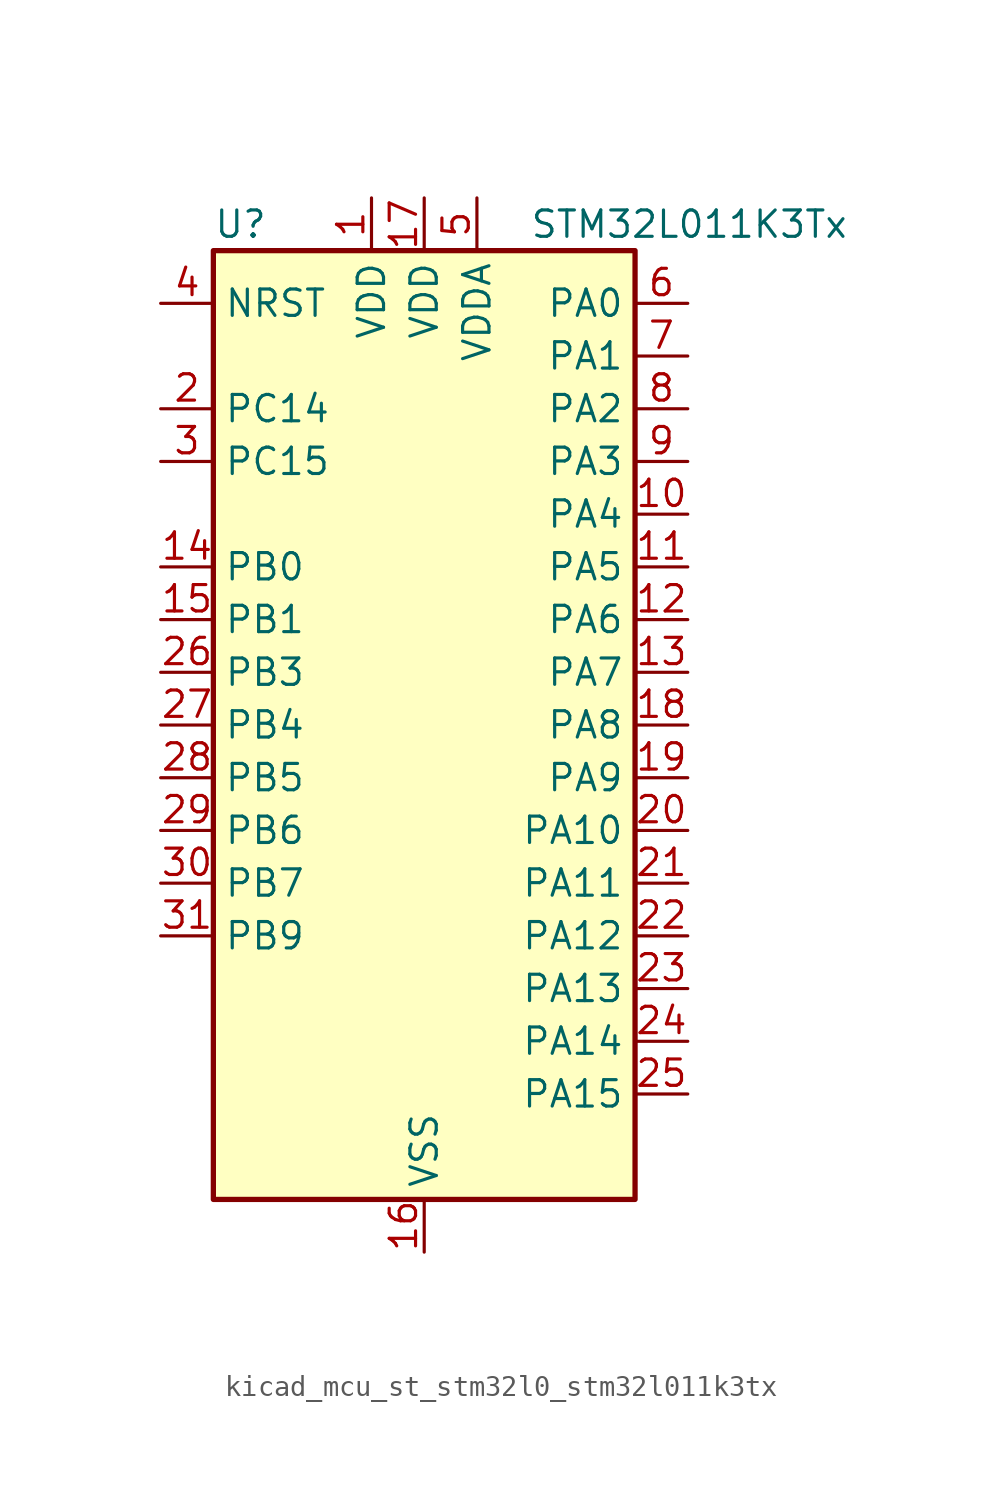
<source format=kicad_sym>
(kicad_symbol_lib
  (version 20220914)
  (generator kicad_symbol_editor)
  (symbol "kicad_mcu_st_stm32l0_stm32l011k3tx"
    (property "Reference" "U"
      (at -10.16 24.13 0)
      (effects (font (size 1.27 1.27)) (justify left)))
    (property "Value" "STM32L011K3Tx"
      (at 5.08 24.13 0)
      (effects (font (size 1.27 1.27)) (justify left)))
    (property "ki_locked" ""
      (at 0 0 0)
      (effects (font (size 1.27 1.27))))
    (symbol "kicad_mcu_st_stm32l0_stm32l011k3tx_0_1"
      (rectangle (start -10.16 -22.86) (end 10.16 22.86) (stroke (width 0.254) (type default)) (fill (type background))))
    (symbol "kicad_mcu_st_stm32l0_stm32l011k3tx_1_1"
      (pin power_in line (at -2.54 25.4 270) (length 2.54) (name "VDD" (effects (font (size 1.27 1.27)))) (number "1" (effects (font (size 1.27 1.27)))))
      (pin bidirectional line (at 12.7 10.16 180) (length 2.54) (name "PA4" (effects (font (size 1.27 1.27)))) (number "10" (effects (font (size 1.27 1.27)))) (alternate "ADC_IN4" bidirectional line) (alternate "COMP1_INM" bidirectional line) (alternate "COMP2_INM" bidirectional line) (alternate "COMP2_OUT" bidirectional line) (alternate "I2C1_SCL" bidirectional line) (alternate "LPTIM1_ETR" bidirectional line) (alternate "LPTIM1_IN1" bidirectional line) (alternate "LPUART1_TX" bidirectional line) (alternate "SPI1_NSS" bidirectional line) (alternate "TIM2_ETR" bidirectional line) (alternate "USART2_CK" bidirectional line))
      (pin bidirectional line (at 12.7 7.62 180) (length 2.54) (name "PA5" (effects (font (size 1.27 1.27)))) (number "11" (effects (font (size 1.27 1.27)))) (alternate "ADC_IN5" bidirectional line) (alternate "COMP1_INM" bidirectional line) (alternate "COMP2_INM" bidirectional line) (alternate "LPTIM1_IN2" bidirectional line) (alternate "SPI1_SCK" bidirectional line) (alternate "TIM2_CH1" bidirectional line) (alternate "TIM2_ETR" bidirectional line))
      (pin bidirectional line (at 12.7 5.08 180) (length 2.54) (name "PA6" (effects (font (size 1.27 1.27)))) (number "12" (effects (font (size 1.27 1.27)))) (alternate "ADC_IN6" bidirectional line) (alternate "COMP1_OUT" bidirectional line) (alternate "LPTIM1_ETR" bidirectional line) (alternate "LPUART1_CTS" bidirectional line) (alternate "SPI1_MISO" bidirectional line))
      (pin bidirectional line (at 12.7 2.54 180) (length 2.54) (name "PA7" (effects (font (size 1.27 1.27)))) (number "13" (effects (font (size 1.27 1.27)))) (alternate "ADC_IN7" bidirectional line) (alternate "COMP2_INP" bidirectional line) (alternate "COMP2_OUT" bidirectional line) (alternate "LPTIM1_OUT" bidirectional line) (alternate "SPI1_MOSI" bidirectional line) (alternate "TIM21_ETR" bidirectional line) (alternate "USART2_CTS" bidirectional line))
      (pin bidirectional line (at -12.7 7.62 0) (length 2.54) (name "PB0" (effects (font (size 1.27 1.27)))) (number "14" (effects (font (size 1.27 1.27)))) (alternate "ADC_IN8" bidirectional line) (alternate "SPI1_MISO" bidirectional line) (alternate "SYS_VREF_OUT_PB0" bidirectional line) (alternate "TIM2_CH2" bidirectional line) (alternate "TIM2_CH3" bidirectional line) (alternate "USART2_DE" bidirectional line) (alternate "USART2_RTS" bidirectional line))
      (pin bidirectional line (at -12.7 5.08 0) (length 2.54) (name "PB1" (effects (font (size 1.27 1.27)))) (number "15" (effects (font (size 1.27 1.27)))) (alternate "ADC_IN9" bidirectional line) (alternate "LPTIM1_IN1" bidirectional line) (alternate "LPUART1_DE" bidirectional line) (alternate "LPUART1_RTS" bidirectional line) (alternate "SPI1_MOSI" bidirectional line) (alternate "SYS_VREF_OUT_PB1" bidirectional line) (alternate "TIM2_CH4" bidirectional line) (alternate "USART2_CK" bidirectional line))
      (pin power_in line (at 0 -25.4 90) (length 2.54) (name "VSS" (effects (font (size 1.27 1.27)))) (number "16" (effects (font (size 1.27 1.27)))))
      (pin power_in line (at 0 25.4 270) (length 2.54) (name "VDD" (effects (font (size 1.27 1.27)))) (number "17" (effects (font (size 1.27 1.27)))))
      (pin bidirectional line (at 12.7 0 180) (length 2.54) (name "PA8" (effects (font (size 1.27 1.27)))) (number "18" (effects (font (size 1.27 1.27)))) (alternate "LPTIM1_IN1" bidirectional line) (alternate "RCC_MCO" bidirectional line) (alternate "TIM2_CH1" bidirectional line) (alternate "USART2_CK" bidirectional line))
      (pin bidirectional line (at 12.7 -2.54 180) (length 2.54) (name "PA9" (effects (font (size 1.27 1.27)))) (number "19" (effects (font (size 1.27 1.27)))) (alternate "COMP1_OUT" bidirectional line) (alternate "I2C1_SCL" bidirectional line) (alternate "LPTIM1_OUT" bidirectional line) (alternate "RCC_MCO" bidirectional line) (alternate "TIM21_CH2" bidirectional line) (alternate "USART2_TX" bidirectional line))
      (pin bidirectional line (at -12.7 15.24 0) (length 2.54) (name "PC14" (effects (font (size 1.27 1.27)))) (number "2" (effects (font (size 1.27 1.27)))) (alternate "RCC_OSC32_IN" bidirectional line))
      (pin bidirectional line (at 12.7 -5.08 180) (length 2.54) (name "PA10" (effects (font (size 1.27 1.27)))) (number "20" (effects (font (size 1.27 1.27)))) (alternate "COMP1_OUT" bidirectional line) (alternate "I2C1_SDA" bidirectional line) (alternate "RTC_REFIN" bidirectional line) (alternate "TIM21_CH1" bidirectional line) (alternate "TIM2_CH3" bidirectional line) (alternate "USART2_RX" bidirectional line))
      (pin bidirectional line (at 12.7 -7.62 180) (length 2.54) (name "PA11" (effects (font (size 1.27 1.27)))) (number "21" (effects (font (size 1.27 1.27)))) (alternate "ADC_EXTI11" bidirectional line) (alternate "COMP1_OUT" bidirectional line) (alternate "LPTIM1_OUT" bidirectional line) (alternate "SPI1_MISO" bidirectional line) (alternate "TIM21_CH2" bidirectional line) (alternate "USART2_CTS" bidirectional line))
      (pin bidirectional line (at 12.7 -10.16 180) (length 2.54) (name "PA12" (effects (font (size 1.27 1.27)))) (number "22" (effects (font (size 1.27 1.27)))) (alternate "COMP2_OUT" bidirectional line) (alternate "SPI1_MOSI" bidirectional line) (alternate "USART2_DE" bidirectional line) (alternate "USART2_RTS" bidirectional line))
      (pin bidirectional line (at 12.7 -12.7 180) (length 2.54) (name "PA13" (effects (font (size 1.27 1.27)))) (number "23" (effects (font (size 1.27 1.27)))) (alternate "COMP1_OUT" bidirectional line) (alternate "I2C1_SDA" bidirectional line) (alternate "LPTIM1_ETR" bidirectional line) (alternate "LPUART1_RX" bidirectional line) (alternate "SPI1_SCK" bidirectional line) (alternate "SYS_SWDIO" bidirectional line))
      (pin bidirectional line (at 12.7 -15.24 180) (length 2.54) (name "PA14" (effects (font (size 1.27 1.27)))) (number "24" (effects (font (size 1.27 1.27)))) (alternate "COMP2_OUT" bidirectional line) (alternate "I2C1_SMBA" bidirectional line) (alternate "LPTIM1_OUT" bidirectional line) (alternate "LPUART1_TX" bidirectional line) (alternate "SPI1_MISO" bidirectional line) (alternate "SYS_SWCLK" bidirectional line) (alternate "USART2_TX" bidirectional line))
      (pin bidirectional line (at 12.7 -17.78 180) (length 2.54) (name "PA15" (effects (font (size 1.27 1.27)))) (number "25" (effects (font (size 1.27 1.27)))) (alternate "SPI1_NSS" bidirectional line) (alternate "TIM2_CH1" bidirectional line) (alternate "TIM2_ETR" bidirectional line) (alternate "USART2_RX" bidirectional line))
      (pin bidirectional line (at -12.7 2.54 0) (length 2.54) (name "PB3" (effects (font (size 1.27 1.27)))) (number "26" (effects (font (size 1.27 1.27)))) (alternate "COMP2_INM" bidirectional line) (alternate "SPI1_SCK" bidirectional line) (alternate "TIM2_CH2" bidirectional line))
      (pin bidirectional line (at -12.7 0 0) (length 2.54) (name "PB4" (effects (font (size 1.27 1.27)))) (number "27" (effects (font (size 1.27 1.27)))) (alternate "COMP2_INP" bidirectional line) (alternate "SPI1_MISO" bidirectional line))
      (pin bidirectional line (at -12.7 -2.54 0) (length 2.54) (name "PB5" (effects (font (size 1.27 1.27)))) (number "28" (effects (font (size 1.27 1.27)))) (alternate "COMP2_INP" bidirectional line) (alternate "I2C1_SMBA" bidirectional line) (alternate "LPTIM1_IN1" bidirectional line) (alternate "SPI1_MOSI" bidirectional line) (alternate "TIM21_CH1" bidirectional line))
      (pin bidirectional line (at -12.7 -5.08 0) (length 2.54) (name "PB6" (effects (font (size 1.27 1.27)))) (number "29" (effects (font (size 1.27 1.27)))) (alternate "COMP2_INP" bidirectional line) (alternate "I2C1_SCL" bidirectional line) (alternate "LPTIM1_ETR" bidirectional line) (alternate "LPUART1_TX" bidirectional line) (alternate "TIM2_CH3" bidirectional line) (alternate "USART2_TX" bidirectional line))
      (pin bidirectional line (at -12.7 12.7 0) (length 2.54) (name "PC15" (effects (font (size 1.27 1.27)))) (number "3" (effects (font (size 1.27 1.27)))) (alternate "RCC_OSC32_OUT" bidirectional line))
      (pin bidirectional line (at -12.7 -7.62 0) (length 2.54) (name "PB7" (effects (font (size 1.27 1.27)))) (number "30" (effects (font (size 1.27 1.27)))) (alternate "COMP2_INP" bidirectional line) (alternate "I2C1_SDA" bidirectional line) (alternate "LPTIM1_IN2" bidirectional line) (alternate "LPUART1_RX" bidirectional line) (alternate "SYS_PVD_IN" bidirectional line) (alternate "TIM2_CH4" bidirectional line) (alternate "USART2_RX" bidirectional line))
      (pin bidirectional line (at -12.7 -10.16 0) (length 2.54) (name "PB9" (effects (font (size 1.27 1.27)))) (number "31" (effects (font (size 1.27 1.27)))))
      (pin passive line (at 0 -25.4 90) (length 2.54) hide (name "VSS" (effects (font (size 1.27 1.27)))) (number "32" (effects (font (size 1.27 1.27)))))
      (pin input line (at -12.7 20.32 0) (length 2.54) (name "NRST" (effects (font (size 1.27 1.27)))) (number "4" (effects (font (size 1.27 1.27)))))
      (pin power_in line (at 2.54 25.4 270) (length 2.54) (name "VDDA" (effects (font (size 1.27 1.27)))) (number "5" (effects (font (size 1.27 1.27)))))
      (pin bidirectional line (at 12.7 20.32 180) (length 2.54) (name "PA0" (effects (font (size 1.27 1.27)))) (number "6" (effects (font (size 1.27 1.27)))) (alternate "ADC_IN0" bidirectional line) (alternate "COMP1_INM" bidirectional line) (alternate "COMP1_OUT" bidirectional line) (alternate "LPTIM1_IN1" bidirectional line) (alternate "LPUART1_RX" bidirectional line) (alternate "RCC_CK_IN" bidirectional line) (alternate "RTC_TAMP2" bidirectional line) (alternate "SYS_WKUP1" bidirectional line) (alternate "TIM2_CH1" bidirectional line) (alternate "TIM2_ETR" bidirectional line) (alternate "USART2_CTS" bidirectional line) (alternate "USART2_RX" bidirectional line))
      (pin bidirectional line (at 12.7 17.78 180) (length 2.54) (name "PA1" (effects (font (size 1.27 1.27)))) (number "7" (effects (font (size 1.27 1.27)))) (alternate "ADC_IN1" bidirectional line) (alternate "COMP1_INP" bidirectional line) (alternate "I2C1_SMBA" bidirectional line) (alternate "LPTIM1_IN2" bidirectional line) (alternate "LPUART1_TX" bidirectional line) (alternate "TIM21_ETR" bidirectional line) (alternate "TIM2_CH2" bidirectional line) (alternate "USART2_DE" bidirectional line) (alternate "USART2_RTS" bidirectional line))
      (pin bidirectional line (at 12.7 15.24 180) (length 2.54) (name "PA2" (effects (font (size 1.27 1.27)))) (number "8" (effects (font (size 1.27 1.27)))) (alternate "ADC_IN2" bidirectional line) (alternate "COMP2_INM" bidirectional line) (alternate "COMP2_OUT" bidirectional line) (alternate "LPUART1_TX" bidirectional line) (alternate "RTC_OUT_ALARM" bidirectional line) (alternate "RTC_OUT_CALIB" bidirectional line) (alternate "RTC_TAMP3" bidirectional line) (alternate "RTC_TS" bidirectional line) (alternate "SYS_WKUP3" bidirectional line) (alternate "TIM21_CH1" bidirectional line) (alternate "TIM2_CH3" bidirectional line) (alternate "USART2_TX" bidirectional line))
      (pin bidirectional line (at 12.7 12.7 180) (length 2.54) (name "PA3" (effects (font (size 1.27 1.27)))) (number "9" (effects (font (size 1.27 1.27)))) (alternate "ADC_IN3" bidirectional line) (alternate "COMP2_INP" bidirectional line) (alternate "LPUART1_RX" bidirectional line) (alternate "TIM21_CH2" bidirectional line) (alternate "TIM2_CH4" bidirectional line) (alternate "USART2_RX" bidirectional line)))))
</source>
